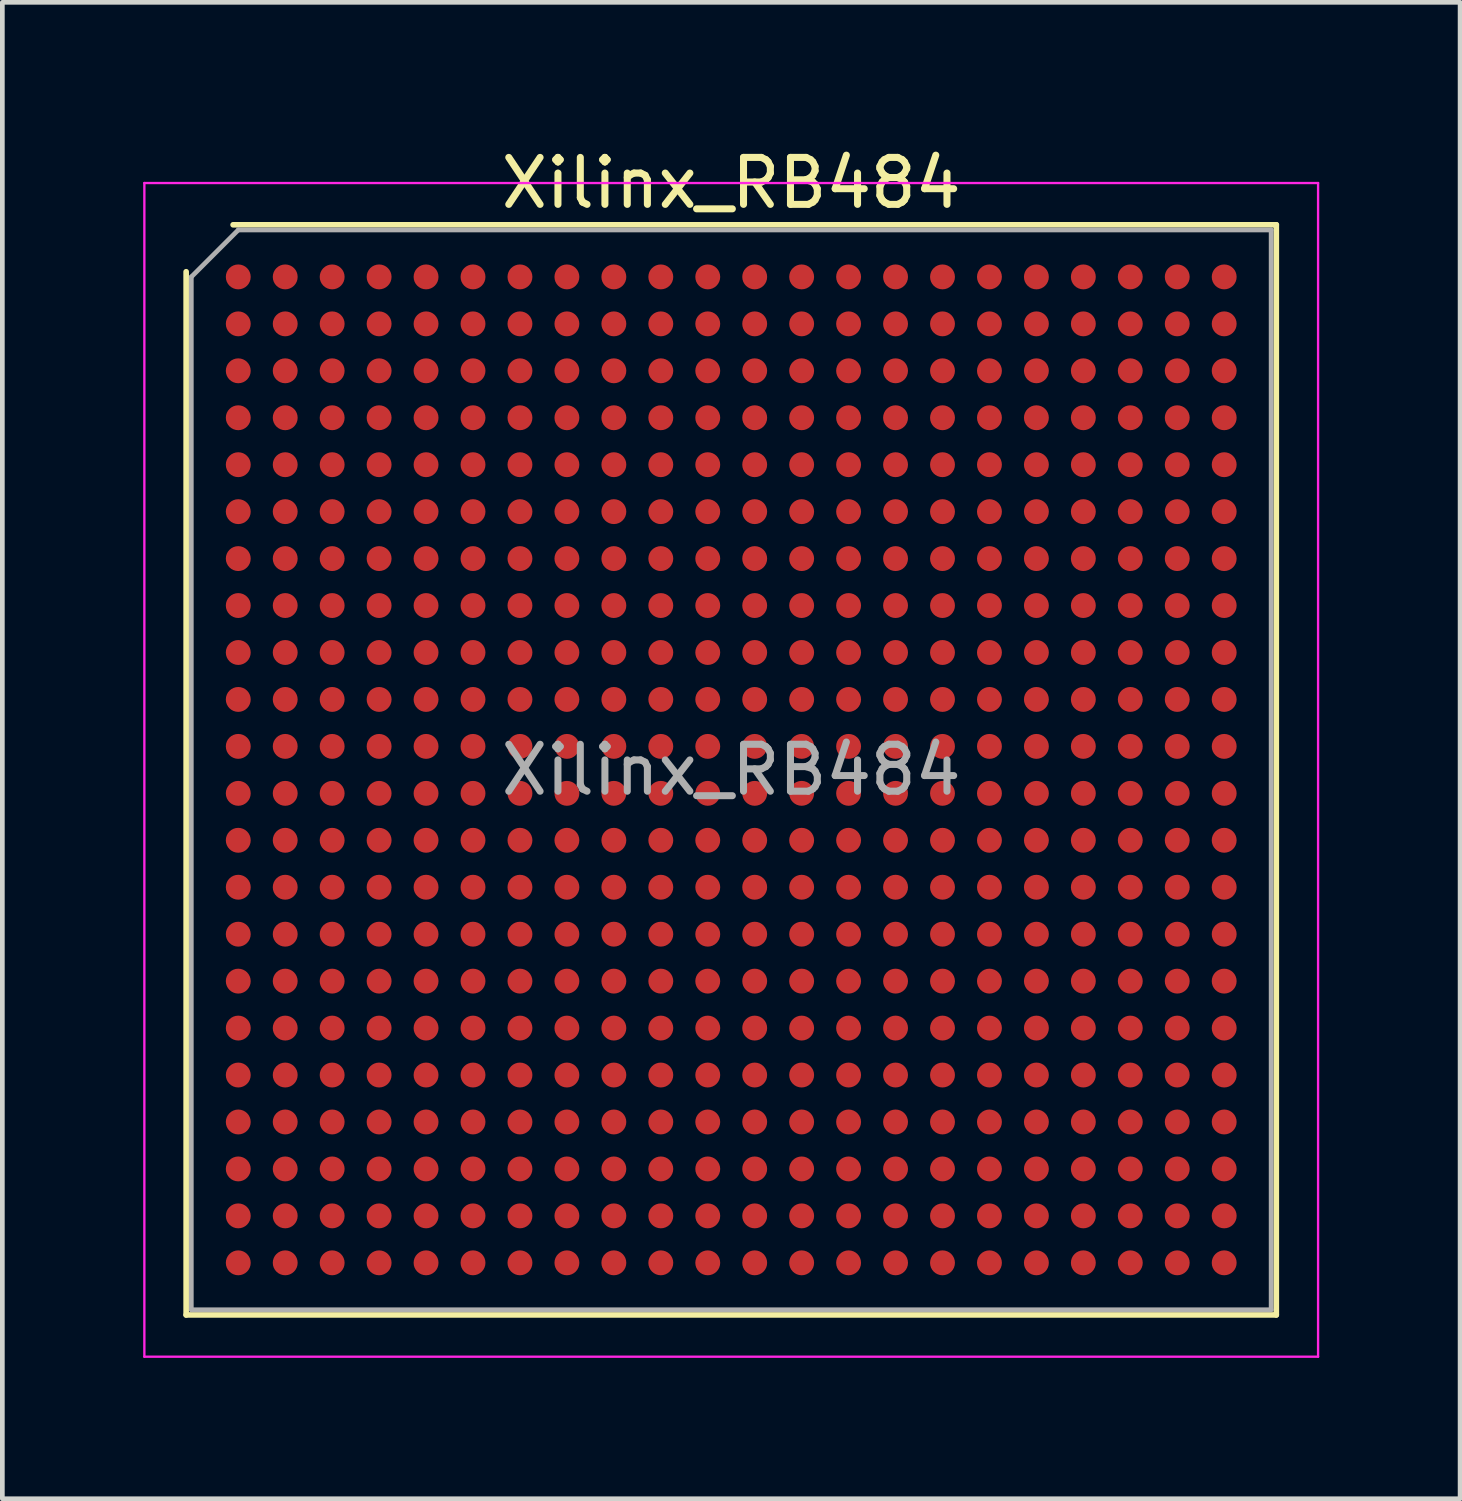
<source format=kicad_pcb>
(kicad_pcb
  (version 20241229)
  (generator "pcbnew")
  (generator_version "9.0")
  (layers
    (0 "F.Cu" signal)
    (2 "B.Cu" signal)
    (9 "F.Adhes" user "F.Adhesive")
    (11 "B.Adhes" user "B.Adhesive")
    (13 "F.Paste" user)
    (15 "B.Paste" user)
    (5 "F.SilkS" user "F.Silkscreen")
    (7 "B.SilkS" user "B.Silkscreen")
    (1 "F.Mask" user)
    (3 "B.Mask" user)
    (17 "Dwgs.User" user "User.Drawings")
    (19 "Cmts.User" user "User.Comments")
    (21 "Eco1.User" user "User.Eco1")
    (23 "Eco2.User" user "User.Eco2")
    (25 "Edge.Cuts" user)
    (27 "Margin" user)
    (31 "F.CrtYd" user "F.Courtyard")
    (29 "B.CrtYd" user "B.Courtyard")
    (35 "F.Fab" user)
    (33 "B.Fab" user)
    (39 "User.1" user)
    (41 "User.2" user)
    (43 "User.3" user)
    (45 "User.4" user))
  (footprint "Xilinx_RB484"
    (layer "F.Cu")
    (at 12.525 13.348)
    (property "Reference" "Xilinx_RB484" (at 0 -12.5 0) (layer "F.SilkS") (effects (font (size 1 1) (thickness 0.15))))
    (attr smd)
    (fp_line (start -11.61 11.61) (end -11.61 -10.61) (stroke (width 0.12) (type solid)) (layer "F.SilkS"))
    (fp_line (start -10.61 -11.61) (end 11.61 -11.61) (stroke (width 0.12) (type solid)) (layer "F.SilkS"))
    (fp_line (start 11.61 -11.61) (end 11.61 11.61) (stroke (width 0.12) (type solid)) (layer "F.SilkS"))
    (fp_line (start 11.61 11.61) (end -11.61 11.61) (stroke (width 0.12) (type solid)) (layer "F.SilkS"))
    (fp_line (start -12.5 -12.5) (end -12.5 12.5) (stroke (width 0.05) (type solid)) (layer "F.CrtYd"))
    (fp_line (start -12.5 12.5) (end 12.5 12.5) (stroke (width 0.05) (type solid)) (layer "F.CrtYd"))
    (fp_line (start 12.5 -12.5) (end -12.5 -12.5) (stroke (width 0.05) (type solid)) (layer "F.CrtYd"))
    (fp_line (start 12.5 12.5) (end 12.5 -12.5) (stroke (width 0.05) (type solid)) (layer "F.CrtYd"))
    (fp_line (start -11.5 -10.5) (end -10.5 -11.5) (stroke (width 0.1) (type solid)) (layer "F.Fab"))
    (fp_line (start -11.5 11.5) (end -11.5 -10.5) (stroke (width 0.1) (type solid)) (layer "F.Fab"))
    (fp_line (start -10.5 -11.5) (end 11.5 -11.5) (stroke (width 0.1) (type solid)) (layer "F.Fab"))
    (fp_line (start 11.5 -11.5) (end 11.5 11.5) (stroke (width 0.1) (type solid)) (layer "F.Fab"))
    (fp_line (start 11.5 11.5) (end -11.5 11.5) (stroke (width 0.1) (type solid)) (layer "F.Fab"))
    (fp_text user "${REFERENCE}" (at 0 0 0) (layer "F.Fab") (effects (font (size 1 1) (thickness 0.15))))
    (pad "A1" smd circle (at -10.5 -10.5) (size 0.53 0.53) (layers "F.Cu" "F.Mask" "F.Paste"))
    (pad "A2" smd circle (at -9.5 -10.5) (size 0.53 0.53) (layers "F.Cu" "F.Mask" "F.Paste"))
    (pad "A3" smd circle (at -8.5 -10.5) (size 0.53 0.53) (layers "F.Cu" "F.Mask" "F.Paste"))
    (pad "A4" smd circle (at -7.5 -10.5) (size 0.53 0.53) (layers "F.Cu" "F.Mask" "F.Paste"))
    (pad "A5" smd circle (at -6.5 -10.5) (size 0.53 0.53) (layers "F.Cu" "F.Mask" "F.Paste"))
    (pad "A6" smd circle (at -5.5 -10.5) (size 0.53 0.53) (layers "F.Cu" "F.Mask" "F.Paste"))
    (pad "A7" smd circle (at -4.5 -10.5) (size 0.53 0.53) (layers "F.Cu" "F.Mask" "F.Paste"))
    (pad "A8" smd circle (at -3.5 -10.5) (size 0.53 0.53) (layers "F.Cu" "F.Mask" "F.Paste"))
    (pad "A9" smd circle (at -2.5 -10.5) (size 0.53 0.53) (layers "F.Cu" "F.Mask" "F.Paste"))
    (pad "A10" smd circle (at -1.5 -10.5) (size 0.53 0.53) (layers "F.Cu" "F.Mask" "F.Paste"))
    (pad "A11" smd circle (at -0.5 -10.5) (size 0.53 0.53) (layers "F.Cu" "F.Mask" "F.Paste"))
    (pad "A12" smd circle (at 0.5 -10.5) (size 0.53 0.53) (layers "F.Cu" "F.Mask" "F.Paste"))
    (pad "A13" smd circle (at 1.5 -10.5) (size 0.53 0.53) (layers "F.Cu" "F.Mask" "F.Paste"))
    (pad "A14" smd circle (at 2.5 -10.5) (size 0.53 0.53) (layers "F.Cu" "F.Mask" "F.Paste"))
    (pad "A15" smd circle (at 3.5 -10.5) (size 0.53 0.53) (layers "F.Cu" "F.Mask" "F.Paste"))
    (pad "A16" smd circle (at 4.5 -10.5) (size 0.53 0.53) (layers "F.Cu" "F.Mask" "F.Paste"))
    (pad "A17" smd circle (at 5.5 -10.5) (size 0.53 0.53) (layers "F.Cu" "F.Mask" "F.Paste"))
    (pad "A18" smd circle (at 6.5 -10.5) (size 0.53 0.53) (layers "F.Cu" "F.Mask" "F.Paste"))
    (pad "A19" smd circle (at 7.5 -10.5) (size 0.53 0.53) (layers "F.Cu" "F.Mask" "F.Paste"))
    (pad "A20" smd circle (at 8.5 -10.5) (size 0.53 0.53) (layers "F.Cu" "F.Mask" "F.Paste"))
    (pad "A21" smd circle (at 9.5 -10.5) (size 0.53 0.53) (layers "F.Cu" "F.Mask" "F.Paste"))
    (pad "A22" smd circle (at 10.5 -10.5) (size 0.53 0.53) (layers "F.Cu" "F.Mask" "F.Paste"))
    (pad "AA1" smd circle (at -10.5 9.5) (size 0.53 0.53) (layers "F.Cu" "F.Mask" "F.Paste"))
    (pad "AA2" smd circle (at -9.5 9.5) (size 0.53 0.53) (layers "F.Cu" "F.Mask" "F.Paste"))
    (pad "AA3" smd circle (at -8.5 9.5) (size 0.53 0.53) (layers "F.Cu" "F.Mask" "F.Paste"))
    (pad "AA4" smd circle (at -7.5 9.5) (size 0.53 0.53) (layers "F.Cu" "F.Mask" "F.Paste"))
    (pad "AA5" smd circle (at -6.5 9.5) (size 0.53 0.53) (layers "F.Cu" "F.Mask" "F.Paste"))
    (pad "AA6" smd circle (at -5.5 9.5) (size 0.53 0.53) (layers "F.Cu" "F.Mask" "F.Paste"))
    (pad "AA7" smd circle (at -4.5 9.5) (size 0.53 0.53) (layers "F.Cu" "F.Mask" "F.Paste"))
    (pad "AA8" smd circle (at -3.5 9.5) (size 0.53 0.53) (layers "F.Cu" "F.Mask" "F.Paste"))
    (pad "AA9" smd circle (at -2.5 9.5) (size 0.53 0.53) (layers "F.Cu" "F.Mask" "F.Paste"))
    (pad "AA10" smd circle (at -1.5 9.5) (size 0.53 0.53) (layers "F.Cu" "F.Mask" "F.Paste"))
    (pad "AA11" smd circle (at -0.5 9.5) (size 0.53 0.53) (layers "F.Cu" "F.Mask" "F.Paste"))
    (pad "AA12" smd circle (at 0.5 9.5) (size 0.53 0.53) (layers "F.Cu" "F.Mask" "F.Paste"))
    (pad "AA13" smd circle (at 1.5 9.5) (size 0.53 0.53) (layers "F.Cu" "F.Mask" "F.Paste"))
    (pad "AA14" smd circle (at 2.5 9.5) (size 0.53 0.53) (layers "F.Cu" "F.Mask" "F.Paste"))
    (pad "AA15" smd circle (at 3.5 9.5) (size 0.53 0.53) (layers "F.Cu" "F.Mask" "F.Paste"))
    (pad "AA16" smd circle (at 4.5 9.5) (size 0.53 0.53) (layers "F.Cu" "F.Mask" "F.Paste"))
    (pad "AA17" smd circle (at 5.5 9.5) (size 0.53 0.53) (layers "F.Cu" "F.Mask" "F.Paste"))
    (pad "AA18" smd circle (at 6.5 9.5) (size 0.53 0.53) (layers "F.Cu" "F.Mask" "F.Paste"))
    (pad "AA19" smd circle (at 7.5 9.5) (size 0.53 0.53) (layers "F.Cu" "F.Mask" "F.Paste"))
    (pad "AA20" smd circle (at 8.5 9.5) (size 0.53 0.53) (layers "F.Cu" "F.Mask" "F.Paste"))
    (pad "AA21" smd circle (at 9.5 9.5) (size 0.53 0.53) (layers "F.Cu" "F.Mask" "F.Paste"))
    (pad "AA22" smd circle (at 10.5 9.5) (size 0.53 0.53) (layers "F.Cu" "F.Mask" "F.Paste"))
    (pad "AB1" smd circle (at -10.5 10.5) (size 0.53 0.53) (layers "F.Cu" "F.Mask" "F.Paste"))
    (pad "AB2" smd circle (at -9.5 10.5) (size 0.53 0.53) (layers "F.Cu" "F.Mask" "F.Paste"))
    (pad "AB3" smd circle (at -8.5 10.5) (size 0.53 0.53) (layers "F.Cu" "F.Mask" "F.Paste"))
    (pad "AB4" smd circle (at -7.5 10.5) (size 0.53 0.53) (layers "F.Cu" "F.Mask" "F.Paste"))
    (pad "AB5" smd circle (at -6.5 10.5) (size 0.53 0.53) (layers "F.Cu" "F.Mask" "F.Paste"))
    (pad "AB6" smd circle (at -5.5 10.5) (size 0.53 0.53) (layers "F.Cu" "F.Mask" "F.Paste"))
    (pad "AB7" smd circle (at -4.5 10.5) (size 0.53 0.53) (layers "F.Cu" "F.Mask" "F.Paste"))
    (pad "AB8" smd circle (at -3.5 10.5) (size 0.53 0.53) (layers "F.Cu" "F.Mask" "F.Paste"))
    (pad "AB9" smd circle (at -2.5 10.5) (size 0.53 0.53) (layers "F.Cu" "F.Mask" "F.Paste"))
    (pad "AB10" smd circle (at -1.5 10.5) (size 0.53 0.53) (layers "F.Cu" "F.Mask" "F.Paste"))
    (pad "AB11" smd circle (at -0.5 10.5) (size 0.53 0.53) (layers "F.Cu" "F.Mask" "F.Paste"))
    (pad "AB12" smd circle (at 0.5 10.5) (size 0.53 0.53) (layers "F.Cu" "F.Mask" "F.Paste"))
    (pad "AB13" smd circle (at 1.5 10.5) (size 0.53 0.53) (layers "F.Cu" "F.Mask" "F.Paste"))
    (pad "AB14" smd circle (at 2.5 10.5) (size 0.53 0.53) (layers "F.Cu" "F.Mask" "F.Paste"))
    (pad "AB15" smd circle (at 3.5 10.5) (size 0.53 0.53) (layers "F.Cu" "F.Mask" "F.Paste"))
    (pad "AB16" smd circle (at 4.5 10.5) (size 0.53 0.53) (layers "F.Cu" "F.Mask" "F.Paste"))
    (pad "AB17" smd circle (at 5.5 10.5) (size 0.53 0.53) (layers "F.Cu" "F.Mask" "F.Paste"))
    (pad "AB18" smd circle (at 6.5 10.5) (size 0.53 0.53) (layers "F.Cu" "F.Mask" "F.Paste"))
    (pad "AB19" smd circle (at 7.5 10.5) (size 0.53 0.53) (layers "F.Cu" "F.Mask" "F.Paste"))
    (pad "AB20" smd circle (at 8.5 10.5) (size 0.53 0.53) (layers "F.Cu" "F.Mask" "F.Paste"))
    (pad "AB21" smd circle (at 9.5 10.5) (size 0.53 0.53) (layers "F.Cu" "F.Mask" "F.Paste"))
    (pad "AB22" smd circle (at 10.5 10.5) (size 0.53 0.53) (layers "F.Cu" "F.Mask" "F.Paste"))
    (pad "B1" smd circle (at -10.5 -9.5) (size 0.53 0.53) (layers "F.Cu" "F.Mask" "F.Paste"))
    (pad "B2" smd circle (at -9.5 -9.5) (size 0.53 0.53) (layers "F.Cu" "F.Mask" "F.Paste"))
    (pad "B3" smd circle (at -8.5 -9.5) (size 0.53 0.53) (layers "F.Cu" "F.Mask" "F.Paste"))
    (pad "B4" smd circle (at -7.5 -9.5) (size 0.53 0.53) (layers "F.Cu" "F.Mask" "F.Paste"))
    (pad "B5" smd circle (at -6.5 -9.5) (size 0.53 0.53) (layers "F.Cu" "F.Mask" "F.Paste"))
    (pad "B6" smd circle (at -5.5 -9.5) (size 0.53 0.53) (layers "F.Cu" "F.Mask" "F.Paste"))
    (pad "B7" smd circle (at -4.5 -9.5) (size 0.53 0.53) (layers "F.Cu" "F.Mask" "F.Paste"))
    (pad "B8" smd circle (at -3.5 -9.5) (size 0.53 0.53) (layers "F.Cu" "F.Mask" "F.Paste"))
    (pad "B9" smd circle (at -2.5 -9.5) (size 0.53 0.53) (layers "F.Cu" "F.Mask" "F.Paste"))
    (pad "B10" smd circle (at -1.5 -9.5) (size 0.53 0.53) (layers "F.Cu" "F.Mask" "F.Paste"))
    (pad "B11" smd circle (at -0.5 -9.5) (size 0.53 0.53) (layers "F.Cu" "F.Mask" "F.Paste"))
    (pad "B12" smd circle (at 0.5 -9.5) (size 0.53 0.53) (layers "F.Cu" "F.Mask" "F.Paste"))
    (pad "B13" smd circle (at 1.5 -9.5) (size 0.53 0.53) (layers "F.Cu" "F.Mask" "F.Paste"))
    (pad "B14" smd circle (at 2.5 -9.5) (size 0.53 0.53) (layers "F.Cu" "F.Mask" "F.Paste"))
    (pad "B15" smd circle (at 3.5 -9.5) (size 0.53 0.53) (layers "F.Cu" "F.Mask" "F.Paste"))
    (pad "B16" smd circle (at 4.5 -9.5) (size 0.53 0.53) (layers "F.Cu" "F.Mask" "F.Paste"))
    (pad "B17" smd circle (at 5.5 -9.5) (size 0.53 0.53) (layers "F.Cu" "F.Mask" "F.Paste"))
    (pad "B18" smd circle (at 6.5 -9.5) (size 0.53 0.53) (layers "F.Cu" "F.Mask" "F.Paste"))
    (pad "B19" smd circle (at 7.5 -9.5) (size 0.53 0.53) (layers "F.Cu" "F.Mask" "F.Paste"))
    (pad "B20" smd circle (at 8.5 -9.5) (size 0.53 0.53) (layers "F.Cu" "F.Mask" "F.Paste"))
    (pad "B21" smd circle (at 9.5 -9.5) (size 0.53 0.53) (layers "F.Cu" "F.Mask" "F.Paste"))
    (pad "B22" smd circle (at 10.5 -9.5) (size 0.53 0.53) (layers "F.Cu" "F.Mask" "F.Paste"))
    (pad "C1" smd circle (at -10.5 -8.5) (size 0.53 0.53) (layers "F.Cu" "F.Mask" "F.Paste"))
    (pad "C2" smd circle (at -9.5 -8.5) (size 0.53 0.53) (layers "F.Cu" "F.Mask" "F.Paste"))
    (pad "C3" smd circle (at -8.5 -8.5) (size 0.53 0.53) (layers "F.Cu" "F.Mask" "F.Paste"))
    (pad "C4" smd circle (at -7.5 -8.5) (size 0.53 0.53) (layers "F.Cu" "F.Mask" "F.Paste"))
    (pad "C5" smd circle (at -6.5 -8.5) (size 0.53 0.53) (layers "F.Cu" "F.Mask" "F.Paste"))
    (pad "C6" smd circle (at -5.5 -8.5) (size 0.53 0.53) (layers "F.Cu" "F.Mask" "F.Paste"))
    (pad "C7" smd circle (at -4.5 -8.5) (size 0.53 0.53) (layers "F.Cu" "F.Mask" "F.Paste"))
    (pad "C8" smd circle (at -3.5 -8.5) (size 0.53 0.53) (layers "F.Cu" "F.Mask" "F.Paste"))
    (pad "C9" smd circle (at -2.5 -8.5) (size 0.53 0.53) (layers "F.Cu" "F.Mask" "F.Paste"))
    (pad "C10" smd circle (at -1.5 -8.5) (size 0.53 0.53) (layers "F.Cu" "F.Mask" "F.Paste"))
    (pad "C11" smd circle (at -0.5 -8.5) (size 0.53 0.53) (layers "F.Cu" "F.Mask" "F.Paste"))
    (pad "C12" smd circle (at 0.5 -8.5) (size 0.53 0.53) (layers "F.Cu" "F.Mask" "F.Paste"))
    (pad "C13" smd circle (at 1.5 -8.5) (size 0.53 0.53) (layers "F.Cu" "F.Mask" "F.Paste"))
    (pad "C14" smd circle (at 2.5 -8.5) (size 0.53 0.53) (layers "F.Cu" "F.Mask" "F.Paste"))
    (pad "C15" smd circle (at 3.5 -8.5) (size 0.53 0.53) (layers "F.Cu" "F.Mask" "F.Paste"))
    (pad "C16" smd circle (at 4.5 -8.5) (size 0.53 0.53) (layers "F.Cu" "F.Mask" "F.Paste"))
    (pad "C17" smd circle (at 5.5 -8.5) (size 0.53 0.53) (layers "F.Cu" "F.Mask" "F.Paste"))
    (pad "C18" smd circle (at 6.5 -8.5) (size 0.53 0.53) (layers "F.Cu" "F.Mask" "F.Paste"))
    (pad "C19" smd circle (at 7.5 -8.5) (size 0.53 0.53) (layers "F.Cu" "F.Mask" "F.Paste"))
    (pad "C20" smd circle (at 8.5 -8.5) (size 0.53 0.53) (layers "F.Cu" "F.Mask" "F.Paste"))
    (pad "C21" smd circle (at 9.5 -8.5) (size 0.53 0.53) (layers "F.Cu" "F.Mask" "F.Paste"))
    (pad "C22" smd circle (at 10.5 -8.5) (size 0.53 0.53) (layers "F.Cu" "F.Mask" "F.Paste"))
    (pad "D1" smd circle (at -10.5 -7.5) (size 0.53 0.53) (layers "F.Cu" "F.Mask" "F.Paste"))
    (pad "D2" smd circle (at -9.5 -7.5) (size 0.53 0.53) (layers "F.Cu" "F.Mask" "F.Paste"))
    (pad "D3" smd circle (at -8.5 -7.5) (size 0.53 0.53) (layers "F.Cu" "F.Mask" "F.Paste"))
    (pad "D4" smd circle (at -7.5 -7.5) (size 0.53 0.53) (layers "F.Cu" "F.Mask" "F.Paste"))
    (pad "D5" smd circle (at -6.5 -7.5) (size 0.53 0.53) (layers "F.Cu" "F.Mask" "F.Paste"))
    (pad "D6" smd circle (at -5.5 -7.5) (size 0.53 0.53) (layers "F.Cu" "F.Mask" "F.Paste"))
    (pad "D7" smd circle (at -4.5 -7.5) (size 0.53 0.53) (layers "F.Cu" "F.Mask" "F.Paste"))
    (pad "D8" smd circle (at -3.5 -7.5) (size 0.53 0.53) (layers "F.Cu" "F.Mask" "F.Paste"))
    (pad "D9" smd circle (at -2.5 -7.5) (size 0.53 0.53) (layers "F.Cu" "F.Mask" "F.Paste"))
    (pad "D10" smd circle (at -1.5 -7.5) (size 0.53 0.53) (layers "F.Cu" "F.Mask" "F.Paste"))
    (pad "D11" smd circle (at -0.5 -7.5) (size 0.53 0.53) (layers "F.Cu" "F.Mask" "F.Paste"))
    (pad "D12" smd circle (at 0.5 -7.5) (size 0.53 0.53) (layers "F.Cu" "F.Mask" "F.Paste"))
    (pad "D13" smd circle (at 1.5 -7.5) (size 0.53 0.53) (layers "F.Cu" "F.Mask" "F.Paste"))
    (pad "D14" smd circle (at 2.5 -7.5) (size 0.53 0.53) (layers "F.Cu" "F.Mask" "F.Paste"))
    (pad "D15" smd circle (at 3.5 -7.5) (size 0.53 0.53) (layers "F.Cu" "F.Mask" "F.Paste"))
    (pad "D16" smd circle (at 4.5 -7.5) (size 0.53 0.53) (layers "F.Cu" "F.Mask" "F.Paste"))
    (pad "D17" smd circle (at 5.5 -7.5) (size 0.53 0.53) (layers "F.Cu" "F.Mask" "F.Paste"))
    (pad "D18" smd circle (at 6.5 -7.5) (size 0.53 0.53) (layers "F.Cu" "F.Mask" "F.Paste"))
    (pad "D19" smd circle (at 7.5 -7.5) (size 0.53 0.53) (layers "F.Cu" "F.Mask" "F.Paste"))
    (pad "D20" smd circle (at 8.5 -7.5) (size 0.53 0.53) (layers "F.Cu" "F.Mask" "F.Paste"))
    (pad "D21" smd circle (at 9.5 -7.5) (size 0.53 0.53) (layers "F.Cu" "F.Mask" "F.Paste"))
    (pad "D22" smd circle (at 10.5 -7.5) (size 0.53 0.53) (layers "F.Cu" "F.Mask" "F.Paste"))
    (pad "E1" smd circle (at -10.5 -6.5) (size 0.53 0.53) (layers "F.Cu" "F.Mask" "F.Paste"))
    (pad "E2" smd circle (at -9.5 -6.5) (size 0.53 0.53) (layers "F.Cu" "F.Mask" "F.Paste"))
    (pad "E3" smd circle (at -8.5 -6.5) (size 0.53 0.53) (layers "F.Cu" "F.Mask" "F.Paste"))
    (pad "E4" smd circle (at -7.5 -6.5) (size 0.53 0.53) (layers "F.Cu" "F.Mask" "F.Paste"))
    (pad "E5" smd circle (at -6.5 -6.5) (size 0.53 0.53) (layers "F.Cu" "F.Mask" "F.Paste"))
    (pad "E6" smd circle (at -5.5 -6.5) (size 0.53 0.53) (layers "F.Cu" "F.Mask" "F.Paste"))
    (pad "E7" smd circle (at -4.5 -6.5) (size 0.53 0.53) (layers "F.Cu" "F.Mask" "F.Paste"))
    (pad "E8" smd circle (at -3.5 -6.5) (size 0.53 0.53) (layers "F.Cu" "F.Mask" "F.Paste"))
    (pad "E9" smd circle (at -2.5 -6.5) (size 0.53 0.53) (layers "F.Cu" "F.Mask" "F.Paste"))
    (pad "E10" smd circle (at -1.5 -6.5) (size 0.53 0.53) (layers "F.Cu" "F.Mask" "F.Paste"))
    (pad "E11" smd circle (at -0.5 -6.5) (size 0.53 0.53) (layers "F.Cu" "F.Mask" "F.Paste"))
    (pad "E12" smd circle (at 0.5 -6.5) (size 0.53 0.53) (layers "F.Cu" "F.Mask" "F.Paste"))
    (pad "E13" smd circle (at 1.5 -6.5) (size 0.53 0.53) (layers "F.Cu" "F.Mask" "F.Paste"))
    (pad "E14" smd circle (at 2.5 -6.5) (size 0.53 0.53) (layers "F.Cu" "F.Mask" "F.Paste"))
    (pad "E15" smd circle (at 3.5 -6.5) (size 0.53 0.53) (layers "F.Cu" "F.Mask" "F.Paste"))
    (pad "E16" smd circle (at 4.5 -6.5) (size 0.53 0.53) (layers "F.Cu" "F.Mask" "F.Paste"))
    (pad "E17" smd circle (at 5.5 -6.5) (size 0.53 0.53) (layers "F.Cu" "F.Mask" "F.Paste"))
    (pad "E18" smd circle (at 6.5 -6.5) (size 0.53 0.53) (layers "F.Cu" "F.Mask" "F.Paste"))
    (pad "E19" smd circle (at 7.5 -6.5) (size 0.53 0.53) (layers "F.Cu" "F.Mask" "F.Paste"))
    (pad "E20" smd circle (at 8.5 -6.5) (size 0.53 0.53) (layers "F.Cu" "F.Mask" "F.Paste"))
    (pad "E21" smd circle (at 9.5 -6.5) (size 0.53 0.53) (layers "F.Cu" "F.Mask" "F.Paste"))
    (pad "E22" smd circle (at 10.5 -6.5) (size 0.53 0.53) (layers "F.Cu" "F.Mask" "F.Paste"))
    (pad "F1" smd circle (at -10.5 -5.5) (size 0.53 0.53) (layers "F.Cu" "F.Mask" "F.Paste"))
    (pad "F2" smd circle (at -9.5 -5.5) (size 0.53 0.53) (layers "F.Cu" "F.Mask" "F.Paste"))
    (pad "F3" smd circle (at -8.5 -5.5) (size 0.53 0.53) (layers "F.Cu" "F.Mask" "F.Paste"))
    (pad "F4" smd circle (at -7.5 -5.5) (size 0.53 0.53) (layers "F.Cu" "F.Mask" "F.Paste"))
    (pad "F5" smd circle (at -6.5 -5.5) (size 0.53 0.53) (layers "F.Cu" "F.Mask" "F.Paste"))
    (pad "F6" smd circle (at -5.5 -5.5) (size 0.53 0.53) (layers "F.Cu" "F.Mask" "F.Paste"))
    (pad "F7" smd circle (at -4.5 -5.5) (size 0.53 0.53) (layers "F.Cu" "F.Mask" "F.Paste"))
    (pad "F8" smd circle (at -3.5 -5.5) (size 0.53 0.53) (layers "F.Cu" "F.Mask" "F.Paste"))
    (pad "F9" smd circle (at -2.5 -5.5) (size 0.53 0.53) (layers "F.Cu" "F.Mask" "F.Paste"))
    (pad "F10" smd circle (at -1.5 -5.5) (size 0.53 0.53) (layers "F.Cu" "F.Mask" "F.Paste"))
    (pad "F11" smd circle (at -0.5 -5.5) (size 0.53 0.53) (layers "F.Cu" "F.Mask" "F.Paste"))
    (pad "F12" smd circle (at 0.5 -5.5) (size 0.53 0.53) (layers "F.Cu" "F.Mask" "F.Paste"))
    (pad "F13" smd circle (at 1.5 -5.5) (size 0.53 0.53) (layers "F.Cu" "F.Mask" "F.Paste"))
    (pad "F14" smd circle (at 2.5 -5.5) (size 0.53 0.53) (layers "F.Cu" "F.Mask" "F.Paste"))
    (pad "F15" smd circle (at 3.5 -5.5) (size 0.53 0.53) (layers "F.Cu" "F.Mask" "F.Paste"))
    (pad "F16" smd circle (at 4.5 -5.5) (size 0.53 0.53) (layers "F.Cu" "F.Mask" "F.Paste"))
    (pad "F17" smd circle (at 5.5 -5.5) (size 0.53 0.53) (layers "F.Cu" "F.Mask" "F.Paste"))
    (pad "F18" smd circle (at 6.5 -5.5) (size 0.53 0.53) (layers "F.Cu" "F.Mask" "F.Paste"))
    (pad "F19" smd circle (at 7.5 -5.5) (size 0.53 0.53) (layers "F.Cu" "F.Mask" "F.Paste"))
    (pad "F20" smd circle (at 8.5 -5.5) (size 0.53 0.53) (layers "F.Cu" "F.Mask" "F.Paste"))
    (pad "F21" smd circle (at 9.5 -5.5) (size 0.53 0.53) (layers "F.Cu" "F.Mask" "F.Paste"))
    (pad "F22" smd circle (at 10.5 -5.5) (size 0.53 0.53) (layers "F.Cu" "F.Mask" "F.Paste"))
    (pad "G1" smd circle (at -10.5 -4.5) (size 0.53 0.53) (layers "F.Cu" "F.Mask" "F.Paste"))
    (pad "G2" smd circle (at -9.5 -4.5) (size 0.53 0.53) (layers "F.Cu" "F.Mask" "F.Paste"))
    (pad "G3" smd circle (at -8.5 -4.5) (size 0.53 0.53) (layers "F.Cu" "F.Mask" "F.Paste"))
    (pad "G4" smd circle (at -7.5 -4.5) (size 0.53 0.53) (layers "F.Cu" "F.Mask" "F.Paste"))
    (pad "G5" smd circle (at -6.5 -4.5) (size 0.53 0.53) (layers "F.Cu" "F.Mask" "F.Paste"))
    (pad "G6" smd circle (at -5.5 -4.5) (size 0.53 0.53) (layers "F.Cu" "F.Mask" "F.Paste"))
    (pad "G7" smd circle (at -4.5 -4.5) (size 0.53 0.53) (layers "F.Cu" "F.Mask" "F.Paste"))
    (pad "G8" smd circle (at -3.5 -4.5) (size 0.53 0.53) (layers "F.Cu" "F.Mask" "F.Paste"))
    (pad "G9" smd circle (at -2.5 -4.5) (size 0.53 0.53) (layers "F.Cu" "F.Mask" "F.Paste"))
    (pad "G10" smd circle (at -1.5 -4.5) (size 0.53 0.53) (layers "F.Cu" "F.Mask" "F.Paste"))
    (pad "G11" smd circle (at -0.5 -4.5) (size 0.53 0.53) (layers "F.Cu" "F.Mask" "F.Paste"))
    (pad "G12" smd circle (at 0.5 -4.5) (size 0.53 0.53) (layers "F.Cu" "F.Mask" "F.Paste"))
    (pad "G13" smd circle (at 1.5 -4.5) (size 0.53 0.53) (layers "F.Cu" "F.Mask" "F.Paste"))
    (pad "G14" smd circle (at 2.5 -4.5) (size 0.53 0.53) (layers "F.Cu" "F.Mask" "F.Paste"))
    (pad "G15" smd circle (at 3.5 -4.5) (size 0.53 0.53) (layers "F.Cu" "F.Mask" "F.Paste"))
    (pad "G16" smd circle (at 4.5 -4.5) (size 0.53 0.53) (layers "F.Cu" "F.Mask" "F.Paste"))
    (pad "G17" smd circle (at 5.5 -4.5) (size 0.53 0.53) (layers "F.Cu" "F.Mask" "F.Paste"))
    (pad "G18" smd circle (at 6.5 -4.5) (size 0.53 0.53) (layers "F.Cu" "F.Mask" "F.Paste"))
    (pad "G19" smd circle (at 7.5 -4.5) (size 0.53 0.53) (layers "F.Cu" "F.Mask" "F.Paste"))
    (pad "G20" smd circle (at 8.5 -4.5) (size 0.53 0.53) (layers "F.Cu" "F.Mask" "F.Paste"))
    (pad "G21" smd circle (at 9.5 -4.5) (size 0.53 0.53) (layers "F.Cu" "F.Mask" "F.Paste"))
    (pad "G22" smd circle (at 10.5 -4.5) (size 0.53 0.53) (layers "F.Cu" "F.Mask" "F.Paste"))
    (pad "H1" smd circle (at -10.5 -3.5) (size 0.53 0.53) (layers "F.Cu" "F.Mask" "F.Paste"))
    (pad "H2" smd circle (at -9.5 -3.5) (size 0.53 0.53) (layers "F.Cu" "F.Mask" "F.Paste"))
    (pad "H3" smd circle (at -8.5 -3.5) (size 0.53 0.53) (layers "F.Cu" "F.Mask" "F.Paste"))
    (pad "H4" smd circle (at -7.5 -3.5) (size 0.53 0.53) (layers "F.Cu" "F.Mask" "F.Paste"))
    (pad "H5" smd circle (at -6.5 -3.5) (size 0.53 0.53) (layers "F.Cu" "F.Mask" "F.Paste"))
    (pad "H6" smd circle (at -5.5 -3.5) (size 0.53 0.53) (layers "F.Cu" "F.Mask" "F.Paste"))
    (pad "H7" smd circle (at -4.5 -3.5) (size 0.53 0.53) (layers "F.Cu" "F.Mask" "F.Paste"))
    (pad "H8" smd circle (at -3.5 -3.5) (size 0.53 0.53) (layers "F.Cu" "F.Mask" "F.Paste"))
    (pad "H9" smd circle (at -2.5 -3.5) (size 0.53 0.53) (layers "F.Cu" "F.Mask" "F.Paste"))
    (pad "H10" smd circle (at -1.5 -3.5) (size 0.53 0.53) (layers "F.Cu" "F.Mask" "F.Paste"))
    (pad "H11" smd circle (at -0.5 -3.5) (size 0.53 0.53) (layers "F.Cu" "F.Mask" "F.Paste"))
    (pad "H12" smd circle (at 0.5 -3.5) (size 0.53 0.53) (layers "F.Cu" "F.Mask" "F.Paste"))
    (pad "H13" smd circle (at 1.5 -3.5) (size 0.53 0.53) (layers "F.Cu" "F.Mask" "F.Paste"))
    (pad "H14" smd circle (at 2.5 -3.5) (size 0.53 0.53) (layers "F.Cu" "F.Mask" "F.Paste"))
    (pad "H15" smd circle (at 3.5 -3.5) (size 0.53 0.53) (layers "F.Cu" "F.Mask" "F.Paste"))
    (pad "H16" smd circle (at 4.5 -3.5) (size 0.53 0.53) (layers "F.Cu" "F.Mask" "F.Paste"))
    (pad "H17" smd circle (at 5.5 -3.5) (size 0.53 0.53) (layers "F.Cu" "F.Mask" "F.Paste"))
    (pad "H18" smd circle (at 6.5 -3.5) (size 0.53 0.53) (layers "F.Cu" "F.Mask" "F.Paste"))
    (pad "H19" smd circle (at 7.5 -3.5) (size 0.53 0.53) (layers "F.Cu" "F.Mask" "F.Paste"))
    (pad "H20" smd circle (at 8.5 -3.5) (size 0.53 0.53) (layers "F.Cu" "F.Mask" "F.Paste"))
    (pad "H21" smd circle (at 9.5 -3.5) (size 0.53 0.53) (layers "F.Cu" "F.Mask" "F.Paste"))
    (pad "H22" smd circle (at 10.5 -3.5) (size 0.53 0.53) (layers "F.Cu" "F.Mask" "F.Paste"))
    (pad "J1" smd circle (at -10.5 -2.5) (size 0.53 0.53) (layers "F.Cu" "F.Mask" "F.Paste"))
    (pad "J2" smd circle (at -9.5 -2.5) (size 0.53 0.53) (layers "F.Cu" "F.Mask" "F.Paste"))
    (pad "J3" smd circle (at -8.5 -2.5) (size 0.53 0.53) (layers "F.Cu" "F.Mask" "F.Paste"))
    (pad "J4" smd circle (at -7.5 -2.5) (size 0.53 0.53) (layers "F.Cu" "F.Mask" "F.Paste"))
    (pad "J5" smd circle (at -6.5 -2.5) (size 0.53 0.53) (layers "F.Cu" "F.Mask" "F.Paste"))
    (pad "J6" smd circle (at -5.5 -2.5) (size 0.53 0.53) (layers "F.Cu" "F.Mask" "F.Paste"))
    (pad "J7" smd circle (at -4.5 -2.5) (size 0.53 0.53) (layers "F.Cu" "F.Mask" "F.Paste"))
    (pad "J8" smd circle (at -3.5 -2.5) (size 0.53 0.53) (layers "F.Cu" "F.Mask" "F.Paste"))
    (pad "J9" smd circle (at -2.5 -2.5) (size 0.53 0.53) (layers "F.Cu" "F.Mask" "F.Paste"))
    (pad "J10" smd circle (at -1.5 -2.5) (size 0.53 0.53) (layers "F.Cu" "F.Mask" "F.Paste"))
    (pad "J11" smd circle (at -0.5 -2.5) (size 0.53 0.53) (layers "F.Cu" "F.Mask" "F.Paste"))
    (pad "J12" smd circle (at 0.5 -2.5) (size 0.53 0.53) (layers "F.Cu" "F.Mask" "F.Paste"))
    (pad "J13" smd circle (at 1.5 -2.5) (size 0.53 0.53) (layers "F.Cu" "F.Mask" "F.Paste"))
    (pad "J14" smd circle (at 2.5 -2.5) (size 0.53 0.53) (layers "F.Cu" "F.Mask" "F.Paste"))
    (pad "J15" smd circle (at 3.5 -2.5) (size 0.53 0.53) (layers "F.Cu" "F.Mask" "F.Paste"))
    (pad "J16" smd circle (at 4.5 -2.5) (size 0.53 0.53) (layers "F.Cu" "F.Mask" "F.Paste"))
    (pad "J17" smd circle (at 5.5 -2.5) (size 0.53 0.53) (layers "F.Cu" "F.Mask" "F.Paste"))
    (pad "J18" smd circle (at 6.5 -2.5) (size 0.53 0.53) (layers "F.Cu" "F.Mask" "F.Paste"))
    (pad "J19" smd circle (at 7.5 -2.5) (size 0.53 0.53) (layers "F.Cu" "F.Mask" "F.Paste"))
    (pad "J20" smd circle (at 8.5 -2.5) (size 0.53 0.53) (layers "F.Cu" "F.Mask" "F.Paste"))
    (pad "J21" smd circle (at 9.5 -2.5) (size 0.53 0.53) (layers "F.Cu" "F.Mask" "F.Paste"))
    (pad "J22" smd circle (at 10.5 -2.5) (size 0.53 0.53) (layers "F.Cu" "F.Mask" "F.Paste"))
    (pad "K1" smd circle (at -10.5 -1.5) (size 0.53 0.53) (layers "F.Cu" "F.Mask" "F.Paste"))
    (pad "K2" smd circle (at -9.5 -1.5) (size 0.53 0.53) (layers "F.Cu" "F.Mask" "F.Paste"))
    (pad "K3" smd circle (at -8.5 -1.5) (size 0.53 0.53) (layers "F.Cu" "F.Mask" "F.Paste"))
    (pad "K4" smd circle (at -7.5 -1.5) (size 0.53 0.53) (layers "F.Cu" "F.Mask" "F.Paste"))
    (pad "K5" smd circle (at -6.5 -1.5) (size 0.53 0.53) (layers "F.Cu" "F.Mask" "F.Paste"))
    (pad "K6" smd circle (at -5.5 -1.5) (size 0.53 0.53) (layers "F.Cu" "F.Mask" "F.Paste"))
    (pad "K7" smd circle (at -4.5 -1.5) (size 0.53 0.53) (layers "F.Cu" "F.Mask" "F.Paste"))
    (pad "K8" smd circle (at -3.5 -1.5) (size 0.53 0.53) (layers "F.Cu" "F.Mask" "F.Paste"))
    (pad "K9" smd circle (at -2.5 -1.5) (size 0.53 0.53) (layers "F.Cu" "F.Mask" "F.Paste"))
    (pad "K10" smd circle (at -1.5 -1.5) (size 0.53 0.53) (layers "F.Cu" "F.Mask" "F.Paste"))
    (pad "K11" smd circle (at -0.5 -1.5) (size 0.53 0.53) (layers "F.Cu" "F.Mask" "F.Paste"))
    (pad "K12" smd circle (at 0.5 -1.5) (size 0.53 0.53) (layers "F.Cu" "F.Mask" "F.Paste"))
    (pad "K13" smd circle (at 1.5 -1.5) (size 0.53 0.53) (layers "F.Cu" "F.Mask" "F.Paste"))
    (pad "K14" smd circle (at 2.5 -1.5) (size 0.53 0.53) (layers "F.Cu" "F.Mask" "F.Paste"))
    (pad "K15" smd circle (at 3.5 -1.5) (size 0.53 0.53) (layers "F.Cu" "F.Mask" "F.Paste"))
    (pad "K16" smd circle (at 4.5 -1.5) (size 0.53 0.53) (layers "F.Cu" "F.Mask" "F.Paste"))
    (pad "K17" smd circle (at 5.5 -1.5) (size 0.53 0.53) (layers "F.Cu" "F.Mask" "F.Paste"))
    (pad "K18" smd circle (at 6.5 -1.5) (size 0.53 0.53) (layers "F.Cu" "F.Mask" "F.Paste"))
    (pad "K19" smd circle (at 7.5 -1.5) (size 0.53 0.53) (layers "F.Cu" "F.Mask" "F.Paste"))
    (pad "K20" smd circle (at 8.5 -1.5) (size 0.53 0.53) (layers "F.Cu" "F.Mask" "F.Paste"))
    (pad "K21" smd circle (at 9.5 -1.5) (size 0.53 0.53) (layers "F.Cu" "F.Mask" "F.Paste"))
    (pad "K22" smd circle (at 10.5 -1.5) (size 0.53 0.53) (layers "F.Cu" "F.Mask" "F.Paste"))
    (pad "L1" smd circle (at -10.5 -0.5) (size 0.53 0.53) (layers "F.Cu" "F.Mask" "F.Paste"))
    (pad "L2" smd circle (at -9.5 -0.5) (size 0.53 0.53) (layers "F.Cu" "F.Mask" "F.Paste"))
    (pad "L3" smd circle (at -8.5 -0.5) (size 0.53 0.53) (layers "F.Cu" "F.Mask" "F.Paste"))
    (pad "L4" smd circle (at -7.5 -0.5) (size 0.53 0.53) (layers "F.Cu" "F.Mask" "F.Paste"))
    (pad "L5" smd circle (at -6.5 -0.5) (size 0.53 0.53) (layers "F.Cu" "F.Mask" "F.Paste"))
    (pad "L6" smd circle (at -5.5 -0.5) (size 0.53 0.53) (layers "F.Cu" "F.Mask" "F.Paste"))
    (pad "L7" smd circle (at -4.5 -0.5) (size 0.53 0.53) (layers "F.Cu" "F.Mask" "F.Paste"))
    (pad "L8" smd circle (at -3.5 -0.5) (size 0.53 0.53) (layers "F.Cu" "F.Mask" "F.Paste"))
    (pad "L9" smd circle (at -2.5 -0.5) (size 0.53 0.53) (layers "F.Cu" "F.Mask" "F.Paste"))
    (pad "L10" smd circle (at -1.5 -0.5) (size 0.53 0.53) (layers "F.Cu" "F.Mask" "F.Paste"))
    (pad "L11" smd circle (at -0.5 -0.5) (size 0.53 0.53) (layers "F.Cu" "F.Mask" "F.Paste"))
    (pad "L12" smd circle (at 0.5 -0.5) (size 0.53 0.53) (layers "F.Cu" "F.Mask" "F.Paste"))
    (pad "L13" smd circle (at 1.5 -0.5) (size 0.53 0.53) (layers "F.Cu" "F.Mask" "F.Paste"))
    (pad "L14" smd circle (at 2.5 -0.5) (size 0.53 0.53) (layers "F.Cu" "F.Mask" "F.Paste"))
    (pad "L15" smd circle (at 3.5 -0.5) (size 0.53 0.53) (layers "F.Cu" "F.Mask" "F.Paste"))
    (pad "L16" smd circle (at 4.5 -0.5) (size 0.53 0.53) (layers "F.Cu" "F.Mask" "F.Paste"))
    (pad "L17" smd circle (at 5.5 -0.5) (size 0.53 0.53) (layers "F.Cu" "F.Mask" "F.Paste"))
    (pad "L18" smd circle (at 6.5 -0.5) (size 0.53 0.53) (layers "F.Cu" "F.Mask" "F.Paste"))
    (pad "L19" smd circle (at 7.5 -0.5) (size 0.53 0.53) (layers "F.Cu" "F.Mask" "F.Paste"))
    (pad "L20" smd circle (at 8.5 -0.5) (size 0.53 0.53) (layers "F.Cu" "F.Mask" "F.Paste"))
    (pad "L21" smd circle (at 9.5 -0.5) (size 0.53 0.53) (layers "F.Cu" "F.Mask" "F.Paste"))
    (pad "L22" smd circle (at 10.5 -0.5) (size 0.53 0.53) (layers "F.Cu" "F.Mask" "F.Paste"))
    (pad "M1" smd circle (at -10.5 0.5) (size 0.53 0.53) (layers "F.Cu" "F.Mask" "F.Paste"))
    (pad "M2" smd circle (at -9.5 0.5) (size 0.53 0.53) (layers "F.Cu" "F.Mask" "F.Paste"))
    (pad "M3" smd circle (at -8.5 0.5) (size 0.53 0.53) (layers "F.Cu" "F.Mask" "F.Paste"))
    (pad "M4" smd circle (at -7.5 0.5) (size 0.53 0.53) (layers "F.Cu" "F.Mask" "F.Paste"))
    (pad "M5" smd circle (at -6.5 0.5) (size 0.53 0.53) (layers "F.Cu" "F.Mask" "F.Paste"))
    (pad "M6" smd circle (at -5.5 0.5) (size 0.53 0.53) (layers "F.Cu" "F.Mask" "F.Paste"))
    (pad "M7" smd circle (at -4.5 0.5) (size 0.53 0.53) (layers "F.Cu" "F.Mask" "F.Paste"))
    (pad "M8" smd circle (at -3.5 0.5) (size 0.53 0.53) (layers "F.Cu" "F.Mask" "F.Paste"))
    (pad "M9" smd circle (at -2.5 0.5) (size 0.53 0.53) (layers "F.Cu" "F.Mask" "F.Paste"))
    (pad "M10" smd circle (at -1.5 0.5) (size 0.53 0.53) (layers "F.Cu" "F.Mask" "F.Paste"))
    (pad "M11" smd circle (at -0.5 0.5) (size 0.53 0.53) (layers "F.Cu" "F.Mask" "F.Paste"))
    (pad "M12" smd circle (at 0.5 0.5) (size 0.53 0.53) (layers "F.Cu" "F.Mask" "F.Paste"))
    (pad "M13" smd circle (at 1.5 0.5) (size 0.53 0.53) (layers "F.Cu" "F.Mask" "F.Paste"))
    (pad "M14" smd circle (at 2.5 0.5) (size 0.53 0.53) (layers "F.Cu" "F.Mask" "F.Paste"))
    (pad "M15" smd circle (at 3.5 0.5) (size 0.53 0.53) (layers "F.Cu" "F.Mask" "F.Paste"))
    (pad "M16" smd circle (at 4.5 0.5) (size 0.53 0.53) (layers "F.Cu" "F.Mask" "F.Paste"))
    (pad "M17" smd circle (at 5.5 0.5) (size 0.53 0.53) (layers "F.Cu" "F.Mask" "F.Paste"))
    (pad "M18" smd circle (at 6.5 0.5) (size 0.53 0.53) (layers "F.Cu" "F.Mask" "F.Paste"))
    (pad "M19" smd circle (at 7.5 0.5) (size 0.53 0.53) (layers "F.Cu" "F.Mask" "F.Paste"))
    (pad "M20" smd circle (at 8.5 0.5) (size 0.53 0.53) (layers "F.Cu" "F.Mask" "F.Paste"))
    (pad "M21" smd circle (at 9.5 0.5) (size 0.53 0.53) (layers "F.Cu" "F.Mask" "F.Paste"))
    (pad "M22" smd circle (at 10.5 0.5) (size 0.53 0.53) (layers "F.Cu" "F.Mask" "F.Paste"))
    (pad "N1" smd circle (at -10.5 1.5) (size 0.53 0.53) (layers "F.Cu" "F.Mask" "F.Paste"))
    (pad "N2" smd circle (at -9.5 1.5) (size 0.53 0.53) (layers "F.Cu" "F.Mask" "F.Paste"))
    (pad "N3" smd circle (at -8.5 1.5) (size 0.53 0.53) (layers "F.Cu" "F.Mask" "F.Paste"))
    (pad "N4" smd circle (at -7.5 1.5) (size 0.53 0.53) (layers "F.Cu" "F.Mask" "F.Paste"))
    (pad "N5" smd circle (at -6.5 1.5) (size 0.53 0.53) (layers "F.Cu" "F.Mask" "F.Paste"))
    (pad "N6" smd circle (at -5.5 1.5) (size 0.53 0.53) (layers "F.Cu" "F.Mask" "F.Paste"))
    (pad "N7" smd circle (at -4.5 1.5) (size 0.53 0.53) (layers "F.Cu" "F.Mask" "F.Paste"))
    (pad "N8" smd circle (at -3.5 1.5) (size 0.53 0.53) (layers "F.Cu" "F.Mask" "F.Paste"))
    (pad "N9" smd circle (at -2.5 1.5) (size 0.53 0.53) (layers "F.Cu" "F.Mask" "F.Paste"))
    (pad "N10" smd circle (at -1.5 1.5) (size 0.53 0.53) (layers "F.Cu" "F.Mask" "F.Paste"))
    (pad "N11" smd circle (at -0.5 1.5) (size 0.53 0.53) (layers "F.Cu" "F.Mask" "F.Paste"))
    (pad "N12" smd circle (at 0.5 1.5) (size 0.53 0.53) (layers "F.Cu" "F.Mask" "F.Paste"))
    (pad "N13" smd circle (at 1.5 1.5) (size 0.53 0.53) (layers "F.Cu" "F.Mask" "F.Paste"))
    (pad "N14" smd circle (at 2.5 1.5) (size 0.53 0.53) (layers "F.Cu" "F.Mask" "F.Paste"))
    (pad "N15" smd circle (at 3.5 1.5) (size 0.53 0.53) (layers "F.Cu" "F.Mask" "F.Paste"))
    (pad "N16" smd circle (at 4.5 1.5) (size 0.53 0.53) (layers "F.Cu" "F.Mask" "F.Paste"))
    (pad "N17" smd circle (at 5.5 1.5) (size 0.53 0.53) (layers "F.Cu" "F.Mask" "F.Paste"))
    (pad "N18" smd circle (at 6.5 1.5) (size 0.53 0.53) (layers "F.Cu" "F.Mask" "F.Paste"))
    (pad "N19" smd circle (at 7.5 1.5) (size 0.53 0.53) (layers "F.Cu" "F.Mask" "F.Paste"))
    (pad "N20" smd circle (at 8.5 1.5) (size 0.53 0.53) (layers "F.Cu" "F.Mask" "F.Paste"))
    (pad "N21" smd circle (at 9.5 1.5) (size 0.53 0.53) (layers "F.Cu" "F.Mask" "F.Paste"))
    (pad "N22" smd circle (at 10.5 1.5) (size 0.53 0.53) (layers "F.Cu" "F.Mask" "F.Paste"))
    (pad "P1" smd circle (at -10.5 2.5) (size 0.53 0.53) (layers "F.Cu" "F.Mask" "F.Paste"))
    (pad "P2" smd circle (at -9.5 2.5) (size 0.53 0.53) (layers "F.Cu" "F.Mask" "F.Paste"))
    (pad "P3" smd circle (at -8.5 2.5) (size 0.53 0.53) (layers "F.Cu" "F.Mask" "F.Paste"))
    (pad "P4" smd circle (at -7.5 2.5) (size 0.53 0.53) (layers "F.Cu" "F.Mask" "F.Paste"))
    (pad "P5" smd circle (at -6.5 2.5) (size 0.53 0.53) (layers "F.Cu" "F.Mask" "F.Paste"))
    (pad "P6" smd circle (at -5.5 2.5) (size 0.53 0.53) (layers "F.Cu" "F.Mask" "F.Paste"))
    (pad "P7" smd circle (at -4.5 2.5) (size 0.53 0.53) (layers "F.Cu" "F.Mask" "F.Paste"))
    (pad "P8" smd circle (at -3.5 2.5) (size 0.53 0.53) (layers "F.Cu" "F.Mask" "F.Paste"))
    (pad "P9" smd circle (at -2.5 2.5) (size 0.53 0.53) (layers "F.Cu" "F.Mask" "F.Paste"))
    (pad "P10" smd circle (at -1.5 2.5) (size 0.53 0.53) (layers "F.Cu" "F.Mask" "F.Paste"))
    (pad "P11" smd circle (at -0.5 2.5) (size 0.53 0.53) (layers "F.Cu" "F.Mask" "F.Paste"))
    (pad "P12" smd circle (at 0.5 2.5) (size 0.53 0.53) (layers "F.Cu" "F.Mask" "F.Paste"))
    (pad "P13" smd circle (at 1.5 2.5) (size 0.53 0.53) (layers "F.Cu" "F.Mask" "F.Paste"))
    (pad "P14" smd circle (at 2.5 2.5) (size 0.53 0.53) (layers "F.Cu" "F.Mask" "F.Paste"))
    (pad "P15" smd circle (at 3.5 2.5) (size 0.53 0.53) (layers "F.Cu" "F.Mask" "F.Paste"))
    (pad "P16" smd circle (at 4.5 2.5) (size 0.53 0.53) (layers "F.Cu" "F.Mask" "F.Paste"))
    (pad "P17" smd circle (at 5.5 2.5) (size 0.53 0.53) (layers "F.Cu" "F.Mask" "F.Paste"))
    (pad "P18" smd circle (at 6.5 2.5) (size 0.53 0.53) (layers "F.Cu" "F.Mask" "F.Paste"))
    (pad "P19" smd circle (at 7.5 2.5) (size 0.53 0.53) (layers "F.Cu" "F.Mask" "F.Paste"))
    (pad "P20" smd circle (at 8.5 2.5) (size 0.53 0.53) (layers "F.Cu" "F.Mask" "F.Paste"))
    (pad "P21" smd circle (at 9.5 2.5) (size 0.53 0.53) (layers "F.Cu" "F.Mask" "F.Paste"))
    (pad "P22" smd circle (at 10.5 2.5) (size 0.53 0.53) (layers "F.Cu" "F.Mask" "F.Paste"))
    (pad "R1" smd circle (at -10.5 3.5) (size 0.53 0.53) (layers "F.Cu" "F.Mask" "F.Paste"))
    (pad "R2" smd circle (at -9.5 3.5) (size 0.53 0.53) (layers "F.Cu" "F.Mask" "F.Paste"))
    (pad "R3" smd circle (at -8.5 3.5) (size 0.53 0.53) (layers "F.Cu" "F.Mask" "F.Paste"))
    (pad "R4" smd circle (at -7.5 3.5) (size 0.53 0.53) (layers "F.Cu" "F.Mask" "F.Paste"))
    (pad "R5" smd circle (at -6.5 3.5) (size 0.53 0.53) (layers "F.Cu" "F.Mask" "F.Paste"))
    (pad "R6" smd circle (at -5.5 3.5) (size 0.53 0.53) (layers "F.Cu" "F.Mask" "F.Paste"))
    (pad "R7" smd circle (at -4.5 3.5) (size 0.53 0.53) (layers "F.Cu" "F.Mask" "F.Paste"))
    (pad "R8" smd circle (at -3.5 3.5) (size 0.53 0.53) (layers "F.Cu" "F.Mask" "F.Paste"))
    (pad "R9" smd circle (at -2.5 3.5) (size 0.53 0.53) (layers "F.Cu" "F.Mask" "F.Paste"))
    (pad "R10" smd circle (at -1.5 3.5) (size 0.53 0.53) (layers "F.Cu" "F.Mask" "F.Paste"))
    (pad "R11" smd circle (at -0.5 3.5) (size 0.53 0.53) (layers "F.Cu" "F.Mask" "F.Paste"))
    (pad "R12" smd circle (at 0.5 3.5) (size 0.53 0.53) (layers "F.Cu" "F.Mask" "F.Paste"))
    (pad "R13" smd circle (at 1.5 3.5) (size 0.53 0.53) (layers "F.Cu" "F.Mask" "F.Paste"))
    (pad "R14" smd circle (at 2.5 3.5) (size 0.53 0.53) (layers "F.Cu" "F.Mask" "F.Paste"))
    (pad "R15" smd circle (at 3.5 3.5) (size 0.53 0.53) (layers "F.Cu" "F.Mask" "F.Paste"))
    (pad "R16" smd circle (at 4.5 3.5) (size 0.53 0.53) (layers "F.Cu" "F.Mask" "F.Paste"))
    (pad "R17" smd circle (at 5.5 3.5) (size 0.53 0.53) (layers "F.Cu" "F.Mask" "F.Paste"))
    (pad "R18" smd circle (at 6.5 3.5) (size 0.53 0.53) (layers "F.Cu" "F.Mask" "F.Paste"))
    (pad "R19" smd circle (at 7.5 3.5) (size 0.53 0.53) (layers "F.Cu" "F.Mask" "F.Paste"))
    (pad "R20" smd circle (at 8.5 3.5) (size 0.53 0.53) (layers "F.Cu" "F.Mask" "F.Paste"))
    (pad "R21" smd circle (at 9.5 3.5) (size 0.53 0.53) (layers "F.Cu" "F.Mask" "F.Paste"))
    (pad "R22" smd circle (at 10.5 3.5) (size 0.53 0.53) (layers "F.Cu" "F.Mask" "F.Paste"))
    (pad "T1" smd circle (at -10.5 4.5) (size 0.53 0.53) (layers "F.Cu" "F.Mask" "F.Paste"))
    (pad "T2" smd circle (at -9.5 4.5) (size 0.53 0.53) (layers "F.Cu" "F.Mask" "F.Paste"))
    (pad "T3" smd circle (at -8.5 4.5) (size 0.53 0.53) (layers "F.Cu" "F.Mask" "F.Paste"))
    (pad "T4" smd circle (at -7.5 4.5) (size 0.53 0.53) (layers "F.Cu" "F.Mask" "F.Paste"))
    (pad "T5" smd circle (at -6.5 4.5) (size 0.53 0.53) (layers "F.Cu" "F.Mask" "F.Paste"))
    (pad "T6" smd circle (at -5.5 4.5) (size 0.53 0.53) (layers "F.Cu" "F.Mask" "F.Paste"))
    (pad "T7" smd circle (at -4.5 4.5) (size 0.53 0.53) (layers "F.Cu" "F.Mask" "F.Paste"))
    (pad "T8" smd circle (at -3.5 4.5) (size 0.53 0.53) (layers "F.Cu" "F.Mask" "F.Paste"))
    (pad "T9" smd circle (at -2.5 4.5) (size 0.53 0.53) (layers "F.Cu" "F.Mask" "F.Paste"))
    (pad "T10" smd circle (at -1.5 4.5) (size 0.53 0.53) (layers "F.Cu" "F.Mask" "F.Paste"))
    (pad "T11" smd circle (at -0.5 4.5) (size 0.53 0.53) (layers "F.Cu" "F.Mask" "F.Paste"))
    (pad "T12" smd circle (at 0.5 4.5) (size 0.53 0.53) (layers "F.Cu" "F.Mask" "F.Paste"))
    (pad "T13" smd circle (at 1.5 4.5) (size 0.53 0.53) (layers "F.Cu" "F.Mask" "F.Paste"))
    (pad "T14" smd circle (at 2.5 4.5) (size 0.53 0.53) (layers "F.Cu" "F.Mask" "F.Paste"))
    (pad "T15" smd circle (at 3.5 4.5) (size 0.53 0.53) (layers "F.Cu" "F.Mask" "F.Paste"))
    (pad "T16" smd circle (at 4.5 4.5) (size 0.53 0.53) (layers "F.Cu" "F.Mask" "F.Paste"))
    (pad "T17" smd circle (at 5.5 4.5) (size 0.53 0.53) (layers "F.Cu" "F.Mask" "F.Paste"))
    (pad "T18" smd circle (at 6.5 4.5) (size 0.53 0.53) (layers "F.Cu" "F.Mask" "F.Paste"))
    (pad "T19" smd circle (at 7.5 4.5) (size 0.53 0.53) (layers "F.Cu" "F.Mask" "F.Paste"))
    (pad "T20" smd circle (at 8.5 4.5) (size 0.53 0.53) (layers "F.Cu" "F.Mask" "F.Paste"))
    (pad "T21" smd circle (at 9.5 4.5) (size 0.53 0.53) (layers "F.Cu" "F.Mask" "F.Paste"))
    (pad "T22" smd circle (at 10.5 4.5) (size 0.53 0.53) (layers "F.Cu" "F.Mask" "F.Paste"))
    (pad "U1" smd circle (at -10.5 5.5) (size 0.53 0.53) (layers "F.Cu" "F.Mask" "F.Paste"))
    (pad "U2" smd circle (at -9.5 5.5) (size 0.53 0.53) (layers "F.Cu" "F.Mask" "F.Paste"))
    (pad "U3" smd circle (at -8.5 5.5) (size 0.53 0.53) (layers "F.Cu" "F.Mask" "F.Paste"))
    (pad "U4" smd circle (at -7.5 5.5) (size 0.53 0.53) (layers "F.Cu" "F.Mask" "F.Paste"))
    (pad "U5" smd circle (at -6.5 5.5) (size 0.53 0.53) (layers "F.Cu" "F.Mask" "F.Paste"))
    (pad "U6" smd circle (at -5.5 5.5) (size 0.53 0.53) (layers "F.Cu" "F.Mask" "F.Paste"))
    (pad "U7" smd circle (at -4.5 5.5) (size 0.53 0.53) (layers "F.Cu" "F.Mask" "F.Paste"))
    (pad "U8" smd circle (at -3.5 5.5) (size 0.53 0.53) (layers "F.Cu" "F.Mask" "F.Paste"))
    (pad "U9" smd circle (at -2.5 5.5) (size 0.53 0.53) (layers "F.Cu" "F.Mask" "F.Paste"))
    (pad "U10" smd circle (at -1.5 5.5) (size 0.53 0.53) (layers "F.Cu" "F.Mask" "F.Paste"))
    (pad "U11" smd circle (at -0.5 5.5) (size 0.53 0.53) (layers "F.Cu" "F.Mask" "F.Paste"))
    (pad "U12" smd circle (at 0.5 5.5) (size 0.53 0.53) (layers "F.Cu" "F.Mask" "F.Paste"))
    (pad "U13" smd circle (at 1.5 5.5) (size 0.53 0.53) (layers "F.Cu" "F.Mask" "F.Paste"))
    (pad "U14" smd circle (at 2.5 5.5) (size 0.53 0.53) (layers "F.Cu" "F.Mask" "F.Paste"))
    (pad "U15" smd circle (at 3.5 5.5) (size 0.53 0.53) (layers "F.Cu" "F.Mask" "F.Paste"))
    (pad "U16" smd circle (at 4.5 5.5) (size 0.53 0.53) (layers "F.Cu" "F.Mask" "F.Paste"))
    (pad "U17" smd circle (at 5.5 5.5) (size 0.53 0.53) (layers "F.Cu" "F.Mask" "F.Paste"))
    (pad "U18" smd circle (at 6.5 5.5) (size 0.53 0.53) (layers "F.Cu" "F.Mask" "F.Paste"))
    (pad "U19" smd circle (at 7.5 5.5) (size 0.53 0.53) (layers "F.Cu" "F.Mask" "F.Paste"))
    (pad "U20" smd circle (at 8.5 5.5) (size 0.53 0.53) (layers "F.Cu" "F.Mask" "F.Paste"))
    (pad "U21" smd circle (at 9.5 5.5) (size 0.53 0.53) (layers "F.Cu" "F.Mask" "F.Paste"))
    (pad "U22" smd circle (at 10.5 5.5) (size 0.53 0.53) (layers "F.Cu" "F.Mask" "F.Paste"))
    (pad "V1" smd circle (at -10.5 6.5) (size 0.53 0.53) (layers "F.Cu" "F.Mask" "F.Paste"))
    (pad "V2" smd circle (at -9.5 6.5) (size 0.53 0.53) (layers "F.Cu" "F.Mask" "F.Paste"))
    (pad "V3" smd circle (at -8.5 6.5) (size 0.53 0.53) (layers "F.Cu" "F.Mask" "F.Paste"))
    (pad "V4" smd circle (at -7.5 6.5) (size 0.53 0.53) (layers "F.Cu" "F.Mask" "F.Paste"))
    (pad "V5" smd circle (at -6.5 6.5) (size 0.53 0.53) (layers "F.Cu" "F.Mask" "F.Paste"))
    (pad "V6" smd circle (at -5.5 6.5) (size 0.53 0.53) (layers "F.Cu" "F.Mask" "F.Paste"))
    (pad "V7" smd circle (at -4.5 6.5) (size 0.53 0.53) (layers "F.Cu" "F.Mask" "F.Paste"))
    (pad "V8" smd circle (at -3.5 6.5) (size 0.53 0.53) (layers "F.Cu" "F.Mask" "F.Paste"))
    (pad "V9" smd circle (at -2.5 6.5) (size 0.53 0.53) (layers "F.Cu" "F.Mask" "F.Paste"))
    (pad "V10" smd circle (at -1.5 6.5) (size 0.53 0.53) (layers "F.Cu" "F.Mask" "F.Paste"))
    (pad "V11" smd circle (at -0.5 6.5) (size 0.53 0.53) (layers "F.Cu" "F.Mask" "F.Paste"))
    (pad "V12" smd circle (at 0.5 6.5) (size 0.53 0.53) (layers "F.Cu" "F.Mask" "F.Paste"))
    (pad "V13" smd circle (at 1.5 6.5) (size 0.53 0.53) (layers "F.Cu" "F.Mask" "F.Paste"))
    (pad "V14" smd circle (at 2.5 6.5) (size 0.53 0.53) (layers "F.Cu" "F.Mask" "F.Paste"))
    (pad "V15" smd circle (at 3.5 6.5) (size 0.53 0.53) (layers "F.Cu" "F.Mask" "F.Paste"))
    (pad "V16" smd circle (at 4.5 6.5) (size 0.53 0.53) (layers "F.Cu" "F.Mask" "F.Paste"))
    (pad "V17" smd circle (at 5.5 6.5) (size 0.53 0.53) (layers "F.Cu" "F.Mask" "F.Paste"))
    (pad "V18" smd circle (at 6.5 6.5) (size 0.53 0.53) (layers "F.Cu" "F.Mask" "F.Paste"))
    (pad "V19" smd circle (at 7.5 6.5) (size 0.53 0.53) (layers "F.Cu" "F.Mask" "F.Paste"))
    (pad "V20" smd circle (at 8.5 6.5) (size 0.53 0.53) (layers "F.Cu" "F.Mask" "F.Paste"))
    (pad "V21" smd circle (at 9.5 6.5) (size 0.53 0.53) (layers "F.Cu" "F.Mask" "F.Paste"))
    (pad "V22" smd circle (at 10.5 6.5) (size 0.53 0.53) (layers "F.Cu" "F.Mask" "F.Paste"))
    (pad "W1" smd circle (at -10.5 7.5) (size 0.53 0.53) (layers "F.Cu" "F.Mask" "F.Paste"))
    (pad "W2" smd circle (at -9.5 7.5) (size 0.53 0.53) (layers "F.Cu" "F.Mask" "F.Paste"))
    (pad "W3" smd circle (at -8.5 7.5) (size 0.53 0.53) (layers "F.Cu" "F.Mask" "F.Paste"))
    (pad "W4" smd circle (at -7.5 7.5) (size 0.53 0.53) (layers "F.Cu" "F.Mask" "F.Paste"))
    (pad "W5" smd circle (at -6.5 7.5) (size 0.53 0.53) (layers "F.Cu" "F.Mask" "F.Paste"))
    (pad "W6" smd circle (at -5.5 7.5) (size 0.53 0.53) (layers "F.Cu" "F.Mask" "F.Paste"))
    (pad "W7" smd circle (at -4.5 7.5) (size 0.53 0.53) (layers "F.Cu" "F.Mask" "F.Paste"))
    (pad "W8" smd circle (at -3.5 7.5) (size 0.53 0.53) (layers "F.Cu" "F.Mask" "F.Paste"))
    (pad "W9" smd circle (at -2.5 7.5) (size 0.53 0.53) (layers "F.Cu" "F.Mask" "F.Paste"))
    (pad "W10" smd circle (at -1.5 7.5) (size 0.53 0.53) (layers "F.Cu" "F.Mask" "F.Paste"))
    (pad "W11" smd circle (at -0.5 7.5) (size 0.53 0.53) (layers "F.Cu" "F.Mask" "F.Paste"))
    (pad "W12" smd circle (at 0.5 7.5) (size 0.53 0.53) (layers "F.Cu" "F.Mask" "F.Paste"))
    (pad "W13" smd circle (at 1.5 7.5) (size 0.53 0.53) (layers "F.Cu" "F.Mask" "F.Paste"))
    (pad "W14" smd circle (at 2.5 7.5) (size 0.53 0.53) (layers "F.Cu" "F.Mask" "F.Paste"))
    (pad "W15" smd circle (at 3.5 7.5) (size 0.53 0.53) (layers "F.Cu" "F.Mask" "F.Paste"))
    (pad "W16" smd circle (at 4.5 7.5) (size 0.53 0.53) (layers "F.Cu" "F.Mask" "F.Paste"))
    (pad "W17" smd circle (at 5.5 7.5) (size 0.53 0.53) (layers "F.Cu" "F.Mask" "F.Paste"))
    (pad "W18" smd circle (at 6.5 7.5) (size 0.53 0.53) (layers "F.Cu" "F.Mask" "F.Paste"))
    (pad "W19" smd circle (at 7.5 7.5) (size 0.53 0.53) (layers "F.Cu" "F.Mask" "F.Paste"))
    (pad "W20" smd circle (at 8.5 7.5) (size 0.53 0.53) (layers "F.Cu" "F.Mask" "F.Paste"))
    (pad "W21" smd circle (at 9.5 7.5) (size 0.53 0.53) (layers "F.Cu" "F.Mask" "F.Paste"))
    (pad "W22" smd circle (at 10.5 7.5) (size 0.53 0.53) (layers "F.Cu" "F.Mask" "F.Paste"))
    (pad "Y1" smd circle (at -10.5 8.5) (size 0.53 0.53) (layers "F.Cu" "F.Mask" "F.Paste"))
    (pad "Y2" smd circle (at -9.5 8.5) (size 0.53 0.53) (layers "F.Cu" "F.Mask" "F.Paste"))
    (pad "Y3" smd circle (at -8.5 8.5) (size 0.53 0.53) (layers "F.Cu" "F.Mask" "F.Paste"))
    (pad "Y4" smd circle (at -7.5 8.5) (size 0.53 0.53) (layers "F.Cu" "F.Mask" "F.Paste"))
    (pad "Y5" smd circle (at -6.5 8.5) (size 0.53 0.53) (layers "F.Cu" "F.Mask" "F.Paste"))
    (pad "Y6" smd circle (at -5.5 8.5) (size 0.53 0.53) (layers "F.Cu" "F.Mask" "F.Paste"))
    (pad "Y7" smd circle (at -4.5 8.5) (size 0.53 0.53) (layers "F.Cu" "F.Mask" "F.Paste"))
    (pad "Y8" smd circle (at -3.5 8.5) (size 0.53 0.53) (layers "F.Cu" "F.Mask" "F.Paste"))
    (pad "Y9" smd circle (at -2.5 8.5) (size 0.53 0.53) (layers "F.Cu" "F.Mask" "F.Paste"))
    (pad "Y10" smd circle (at -1.5 8.5) (size 0.53 0.53) (layers "F.Cu" "F.Mask" "F.Paste"))
    (pad "Y11" smd circle (at -0.5 8.5) (size 0.53 0.53) (layers "F.Cu" "F.Mask" "F.Paste"))
    (pad "Y12" smd circle (at 0.5 8.5) (size 0.53 0.53) (layers "F.Cu" "F.Mask" "F.Paste"))
    (pad "Y13" smd circle (at 1.5 8.5) (size 0.53 0.53) (layers "F.Cu" "F.Mask" "F.Paste"))
    (pad "Y14" smd circle (at 2.5 8.5) (size 0.53 0.53) (layers "F.Cu" "F.Mask" "F.Paste"))
    (pad "Y15" smd circle (at 3.5 8.5) (size 0.53 0.53) (layers "F.Cu" "F.Mask" "F.Paste"))
    (pad "Y16" smd circle (at 4.5 8.5) (size 0.53 0.53) (layers "F.Cu" "F.Mask" "F.Paste"))
    (pad "Y17" smd circle (at 5.5 8.5) (size 0.53 0.53) (layers "F.Cu" "F.Mask" "F.Paste"))
    (pad "Y18" smd circle (at 6.5 8.5) (size 0.53 0.53) (layers "F.Cu" "F.Mask" "F.Paste"))
    (pad "Y19" smd circle (at 7.5 8.5) (size 0.53 0.53) (layers "F.Cu" "F.Mask" "F.Paste"))
    (pad "Y20" smd circle (at 8.5 8.5) (size 0.53 0.53) (layers "F.Cu" "F.Mask" "F.Paste"))
    (pad "Y21" smd circle (at 9.5 8.5) (size 0.53 0.53) (layers "F.Cu" "F.Mask" "F.Paste"))
    (pad "Y22" smd circle (at 10.5 8.5) (size 0.53 0.53) (layers "F.Cu" "F.Mask" "F.Paste")))
  (gr_rect
    (start -3 -3)
    (end 28.05 28.873)
    (stroke (width 0.1) (type default))
    (fill no)
    (layer "Edge.Cuts")))
</source>
